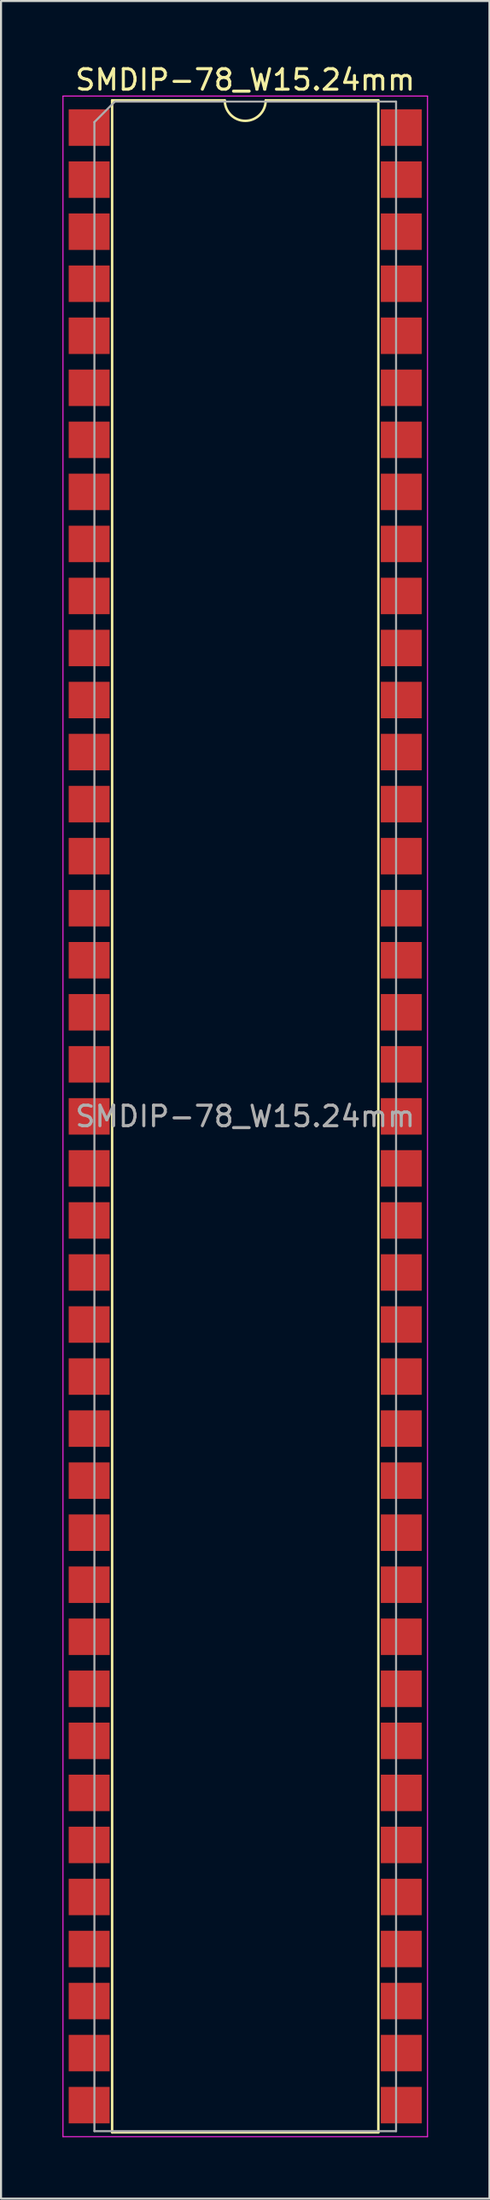
<source format=kicad_pcb>
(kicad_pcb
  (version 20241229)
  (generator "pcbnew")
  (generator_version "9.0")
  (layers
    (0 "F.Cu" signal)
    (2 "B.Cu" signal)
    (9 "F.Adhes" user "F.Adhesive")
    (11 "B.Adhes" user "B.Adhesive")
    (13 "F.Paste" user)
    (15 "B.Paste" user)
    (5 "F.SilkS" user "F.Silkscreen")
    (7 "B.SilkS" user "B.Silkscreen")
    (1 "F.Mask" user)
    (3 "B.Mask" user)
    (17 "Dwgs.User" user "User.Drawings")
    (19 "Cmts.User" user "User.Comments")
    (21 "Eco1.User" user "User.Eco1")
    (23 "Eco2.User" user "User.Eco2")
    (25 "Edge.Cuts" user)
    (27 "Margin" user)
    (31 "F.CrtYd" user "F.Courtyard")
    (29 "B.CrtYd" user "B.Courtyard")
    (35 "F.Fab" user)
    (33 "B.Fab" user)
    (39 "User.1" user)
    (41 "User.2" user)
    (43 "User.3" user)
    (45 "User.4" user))
  (footprint "SMDIP-78_W15.24mm"
    (layer "F.Cu")
    (at 8.925 51.438)
    (property "Reference" "SMDIP-78_W15.24mm" (at 0 -50.59 0) (layer "F.SilkS") (effects (font (size 1 1) (thickness 0.15))))
    (attr smd)
    (fp_line (start -6.5 -49.59) (end -6.5 49.59) (stroke (width 0.12) (type solid)) (layer "F.SilkS"))
    (fp_line (start -6.5 49.59) (end 6.5 49.59) (stroke (width 0.12) (type solid)) (layer "F.SilkS"))
    (fp_line (start -1 -49.59) (end -6.5 -49.59) (stroke (width 0.12) (type solid)) (layer "F.SilkS"))
    (fp_line (start 6.5 -49.59) (end 1 -49.59) (stroke (width 0.12) (type solid)) (layer "F.SilkS"))
    (fp_line (start 6.5 49.59) (end 6.5 -49.59) (stroke (width 0.12) (type solid)) (layer "F.SilkS"))
    (fp_arc (start 1 -49.59) (mid 0 -48.59) (end -1 -49.59) (stroke (width 0.12) (type solid)) (layer "F.SilkS"))
    (fp_line (start -8.9 -49.8) (end -8.9 49.8) (stroke (width 0.05) (type solid)) (layer "F.CrtYd"))
    (fp_line (start -8.9 49.8) (end 8.9 49.8) (stroke (width 0.05) (type solid)) (layer "F.CrtYd"))
    (fp_line (start 8.9 -49.8) (end -8.9 -49.8) (stroke (width 0.05) (type solid)) (layer "F.CrtYd"))
    (fp_line (start 8.9 49.8) (end 8.9 -49.8) (stroke (width 0.05) (type solid)) (layer "F.CrtYd"))
    (fp_line (start -7.365 -48.53) (end -6.365 -49.53) (stroke (width 0.1) (type solid)) (layer "F.Fab"))
    (fp_line (start -7.365 49.53) (end -7.365 -48.53) (stroke (width 0.1) (type solid)) (layer "F.Fab"))
    (fp_line (start -6.365 -49.53) (end 7.365 -49.53) (stroke (width 0.1) (type solid)) (layer "F.Fab"))
    (fp_line (start 7.365 -49.53) (end 7.365 49.53) (stroke (width 0.1) (type solid)) (layer "F.Fab"))
    (fp_line (start 7.365 49.53) (end -7.365 49.53) (stroke (width 0.1) (type solid)) (layer "F.Fab"))
    (fp_text user "${REFERENCE}" (at 0 0 0) (layer "F.Fab") (effects (font (size 1 1) (thickness 0.15))))
    (pad "1" smd rect (at -7.62 -48.26) (size 2 1.78) (layers "F.Cu" "F.Mask" "F.Paste"))
    (pad "2" smd rect (at -7.62 -45.72) (size 2 1.78) (layers "F.Cu" "F.Mask" "F.Paste"))
    (pad "3" smd rect (at -7.62 -43.18) (size 2 1.78) (layers "F.Cu" "F.Mask" "F.Paste"))
    (pad "4" smd rect (at -7.62 -40.64) (size 2 1.78) (layers "F.Cu" "F.Mask" "F.Paste"))
    (pad "5" smd rect (at -7.62 -38.1) (size 2 1.78) (layers "F.Cu" "F.Mask" "F.Paste"))
    (pad "6" smd rect (at -7.62 -35.56) (size 2 1.78) (layers "F.Cu" "F.Mask" "F.Paste"))
    (pad "7" smd rect (at -7.62 -33.02) (size 2 1.78) (layers "F.Cu" "F.Mask" "F.Paste"))
    (pad "8" smd rect (at -7.62 -30.48) (size 2 1.78) (layers "F.Cu" "F.Mask" "F.Paste"))
    (pad "9" smd rect (at -7.62 -27.94) (size 2 1.78) (layers "F.Cu" "F.Mask" "F.Paste"))
    (pad "10" smd rect (at -7.62 -25.4) (size 2 1.78) (layers "F.Cu" "F.Mask" "F.Paste"))
    (pad "11" smd rect (at -7.62 -22.86) (size 2 1.78) (layers "F.Cu" "F.Mask" "F.Paste"))
    (pad "12" smd rect (at -7.62 -20.32) (size 2 1.78) (layers "F.Cu" "F.Mask" "F.Paste"))
    (pad "13" smd rect (at -7.62 -17.78) (size 2 1.78) (layers "F.Cu" "F.Mask" "F.Paste"))
    (pad "14" smd rect (at -7.62 -15.24) (size 2 1.78) (layers "F.Cu" "F.Mask" "F.Paste"))
    (pad "15" smd rect (at -7.62 -12.7) (size 2 1.78) (layers "F.Cu" "F.Mask" "F.Paste"))
    (pad "16" smd rect (at -7.62 -10.16) (size 2 1.78) (layers "F.Cu" "F.Mask" "F.Paste"))
    (pad "17" smd rect (at -7.62 -7.62) (size 2 1.78) (layers "F.Cu" "F.Mask" "F.Paste"))
    (pad "18" smd rect (at -7.62 -5.08) (size 2 1.78) (layers "F.Cu" "F.Mask" "F.Paste"))
    (pad "19" smd rect (at -7.62 -2.54) (size 2 1.78) (layers "F.Cu" "F.Mask" "F.Paste"))
    (pad "20" smd rect (at -7.62 0) (size 2 1.78) (layers "F.Cu" "F.Mask" "F.Paste"))
    (pad "21" smd rect (at -7.62 2.54) (size 2 1.78) (layers "F.Cu" "F.Mask" "F.Paste"))
    (pad "22" smd rect (at -7.62 5.08) (size 2 1.78) (layers "F.Cu" "F.Mask" "F.Paste"))
    (pad "23" smd rect (at -7.62 7.62) (size 2 1.78) (layers "F.Cu" "F.Mask" "F.Paste"))
    (pad "24" smd rect (at -7.62 10.16) (size 2 1.78) (layers "F.Cu" "F.Mask" "F.Paste"))
    (pad "25" smd rect (at -7.62 12.7) (size 2 1.78) (layers "F.Cu" "F.Mask" "F.Paste"))
    (pad "26" smd rect (at -7.62 15.24) (size 2 1.78) (layers "F.Cu" "F.Mask" "F.Paste"))
    (pad "27" smd rect (at -7.62 17.78) (size 2 1.78) (layers "F.Cu" "F.Mask" "F.Paste"))
    (pad "28" smd rect (at -7.62 20.32) (size 2 1.78) (layers "F.Cu" "F.Mask" "F.Paste"))
    (pad "29" smd rect (at -7.62 22.86) (size 2 1.78) (layers "F.Cu" "F.Mask" "F.Paste"))
    (pad "30" smd rect (at -7.62 25.4) (size 2 1.78) (layers "F.Cu" "F.Mask" "F.Paste"))
    (pad "31" smd rect (at -7.62 27.94) (size 2 1.78) (layers "F.Cu" "F.Mask" "F.Paste"))
    (pad "32" smd rect (at -7.62 30.48) (size 2 1.78) (layers "F.Cu" "F.Mask" "F.Paste"))
    (pad "33" smd rect (at -7.62 33.02) (size 2 1.78) (layers "F.Cu" "F.Mask" "F.Paste"))
    (pad "34" smd rect (at -7.62 35.56) (size 2 1.78) (layers "F.Cu" "F.Mask" "F.Paste"))
    (pad "35" smd rect (at -7.62 38.1) (size 2 1.78) (layers "F.Cu" "F.Mask" "F.Paste"))
    (pad "36" smd rect (at -7.62 40.64) (size 2 1.78) (layers "F.Cu" "F.Mask" "F.Paste"))
    (pad "37" smd rect (at -7.62 43.18) (size 2 1.78) (layers "F.Cu" "F.Mask" "F.Paste"))
    (pad "38" smd rect (at -7.62 45.72) (size 2 1.78) (layers "F.Cu" "F.Mask" "F.Paste"))
    (pad "39" smd rect (at -7.62 48.26) (size 2 1.78) (layers "F.Cu" "F.Mask" "F.Paste"))
    (pad "40" smd rect (at 7.62 48.26) (size 2 1.78) (layers "F.Cu" "F.Mask" "F.Paste"))
    (pad "41" smd rect (at 7.62 45.72) (size 2 1.78) (layers "F.Cu" "F.Mask" "F.Paste"))
    (pad "42" smd rect (at 7.62 43.18) (size 2 1.78) (layers "F.Cu" "F.Mask" "F.Paste"))
    (pad "43" smd rect (at 7.62 40.64) (size 2 1.78) (layers "F.Cu" "F.Mask" "F.Paste"))
    (pad "44" smd rect (at 7.62 38.1) (size 2 1.78) (layers "F.Cu" "F.Mask" "F.Paste"))
    (pad "45" smd rect (at 7.62 35.56) (size 2 1.78) (layers "F.Cu" "F.Mask" "F.Paste"))
    (pad "46" smd rect (at 7.62 33.02) (size 2 1.78) (layers "F.Cu" "F.Mask" "F.Paste"))
    (pad "47" smd rect (at 7.62 30.48) (size 2 1.78) (layers "F.Cu" "F.Mask" "F.Paste"))
    (pad "48" smd rect (at 7.62 27.94) (size 2 1.78) (layers "F.Cu" "F.Mask" "F.Paste"))
    (pad "49" smd rect (at 7.62 25.4) (size 2 1.78) (layers "F.Cu" "F.Mask" "F.Paste"))
    (pad "50" smd rect (at 7.62 22.86) (size 2 1.78) (layers "F.Cu" "F.Mask" "F.Paste"))
    (pad "51" smd rect (at 7.62 20.32) (size 2 1.78) (layers "F.Cu" "F.Mask" "F.Paste"))
    (pad "52" smd rect (at 7.62 17.78) (size 2 1.78) (layers "F.Cu" "F.Mask" "F.Paste"))
    (pad "53" smd rect (at 7.62 15.24) (size 2 1.78) (layers "F.Cu" "F.Mask" "F.Paste"))
    (pad "54" smd rect (at 7.62 12.7) (size 2 1.78) (layers "F.Cu" "F.Mask" "F.Paste"))
    (pad "55" smd rect (at 7.62 10.16) (size 2 1.78) (layers "F.Cu" "F.Mask" "F.Paste"))
    (pad "56" smd rect (at 7.62 7.62) (size 2 1.78) (layers "F.Cu" "F.Mask" "F.Paste"))
    (pad "57" smd rect (at 7.62 5.08) (size 2 1.78) (layers "F.Cu" "F.Mask" "F.Paste"))
    (pad "58" smd rect (at 7.62 2.54) (size 2 1.78) (layers "F.Cu" "F.Mask" "F.Paste"))
    (pad "59" smd rect (at 7.62 0) (size 2 1.78) (layers "F.Cu" "F.Mask" "F.Paste"))
    (pad "60" smd rect (at 7.62 -2.54) (size 2 1.78) (layers "F.Cu" "F.Mask" "F.Paste"))
    (pad "61" smd rect (at 7.62 -5.08) (size 2 1.78) (layers "F.Cu" "F.Mask" "F.Paste"))
    (pad "62" smd rect (at 7.62 -7.62) (size 2 1.78) (layers "F.Cu" "F.Mask" "F.Paste"))
    (pad "63" smd rect (at 7.62 -10.16) (size 2 1.78) (layers "F.Cu" "F.Mask" "F.Paste"))
    (pad "64" smd rect (at 7.62 -12.7) (size 2 1.78) (layers "F.Cu" "F.Mask" "F.Paste"))
    (pad "65" smd rect (at 7.62 -15.24) (size 2 1.78) (layers "F.Cu" "F.Mask" "F.Paste"))
    (pad "66" smd rect (at 7.62 -17.78) (size 2 1.78) (layers "F.Cu" "F.Mask" "F.Paste"))
    (pad "67" smd rect (at 7.62 -20.32) (size 2 1.78) (layers "F.Cu" "F.Mask" "F.Paste"))
    (pad "68" smd rect (at 7.62 -22.86) (size 2 1.78) (layers "F.Cu" "F.Mask" "F.Paste"))
    (pad "69" smd rect (at 7.62 -25.4) (size 2 1.78) (layers "F.Cu" "F.Mask" "F.Paste"))
    (pad "70" smd rect (at 7.62 -27.94) (size 2 1.78) (layers "F.Cu" "F.Mask" "F.Paste"))
    (pad "71" smd rect (at 7.62 -30.48) (size 2 1.78) (layers "F.Cu" "F.Mask" "F.Paste"))
    (pad "72" smd rect (at 7.62 -33.02) (size 2 1.78) (layers "F.Cu" "F.Mask" "F.Paste"))
    (pad "73" smd rect (at 7.62 -35.56) (size 2 1.78) (layers "F.Cu" "F.Mask" "F.Paste"))
    (pad "74" smd rect (at 7.62 -38.1) (size 2 1.78) (layers "F.Cu" "F.Mask" "F.Paste"))
    (pad "75" smd rect (at 7.62 -40.64) (size 2 1.78) (layers "F.Cu" "F.Mask" "F.Paste"))
    (pad "76" smd rect (at 7.62 -43.18) (size 2 1.78) (layers "F.Cu" "F.Mask" "F.Paste"))
    (pad "77" smd rect (at 7.62 -45.72) (size 2 1.78) (layers "F.Cu" "F.Mask" "F.Paste"))
    (pad "78" smd rect (at 7.62 -48.26) (size 2 1.78) (layers "F.Cu" "F.Mask" "F.Paste")))
  (gr_rect
    (start -3 -3)
    (end 20.85 104.263)
    (stroke (width 0.1) (type default))
    (fill no)
    (layer "Edge.Cuts")))
</source>
